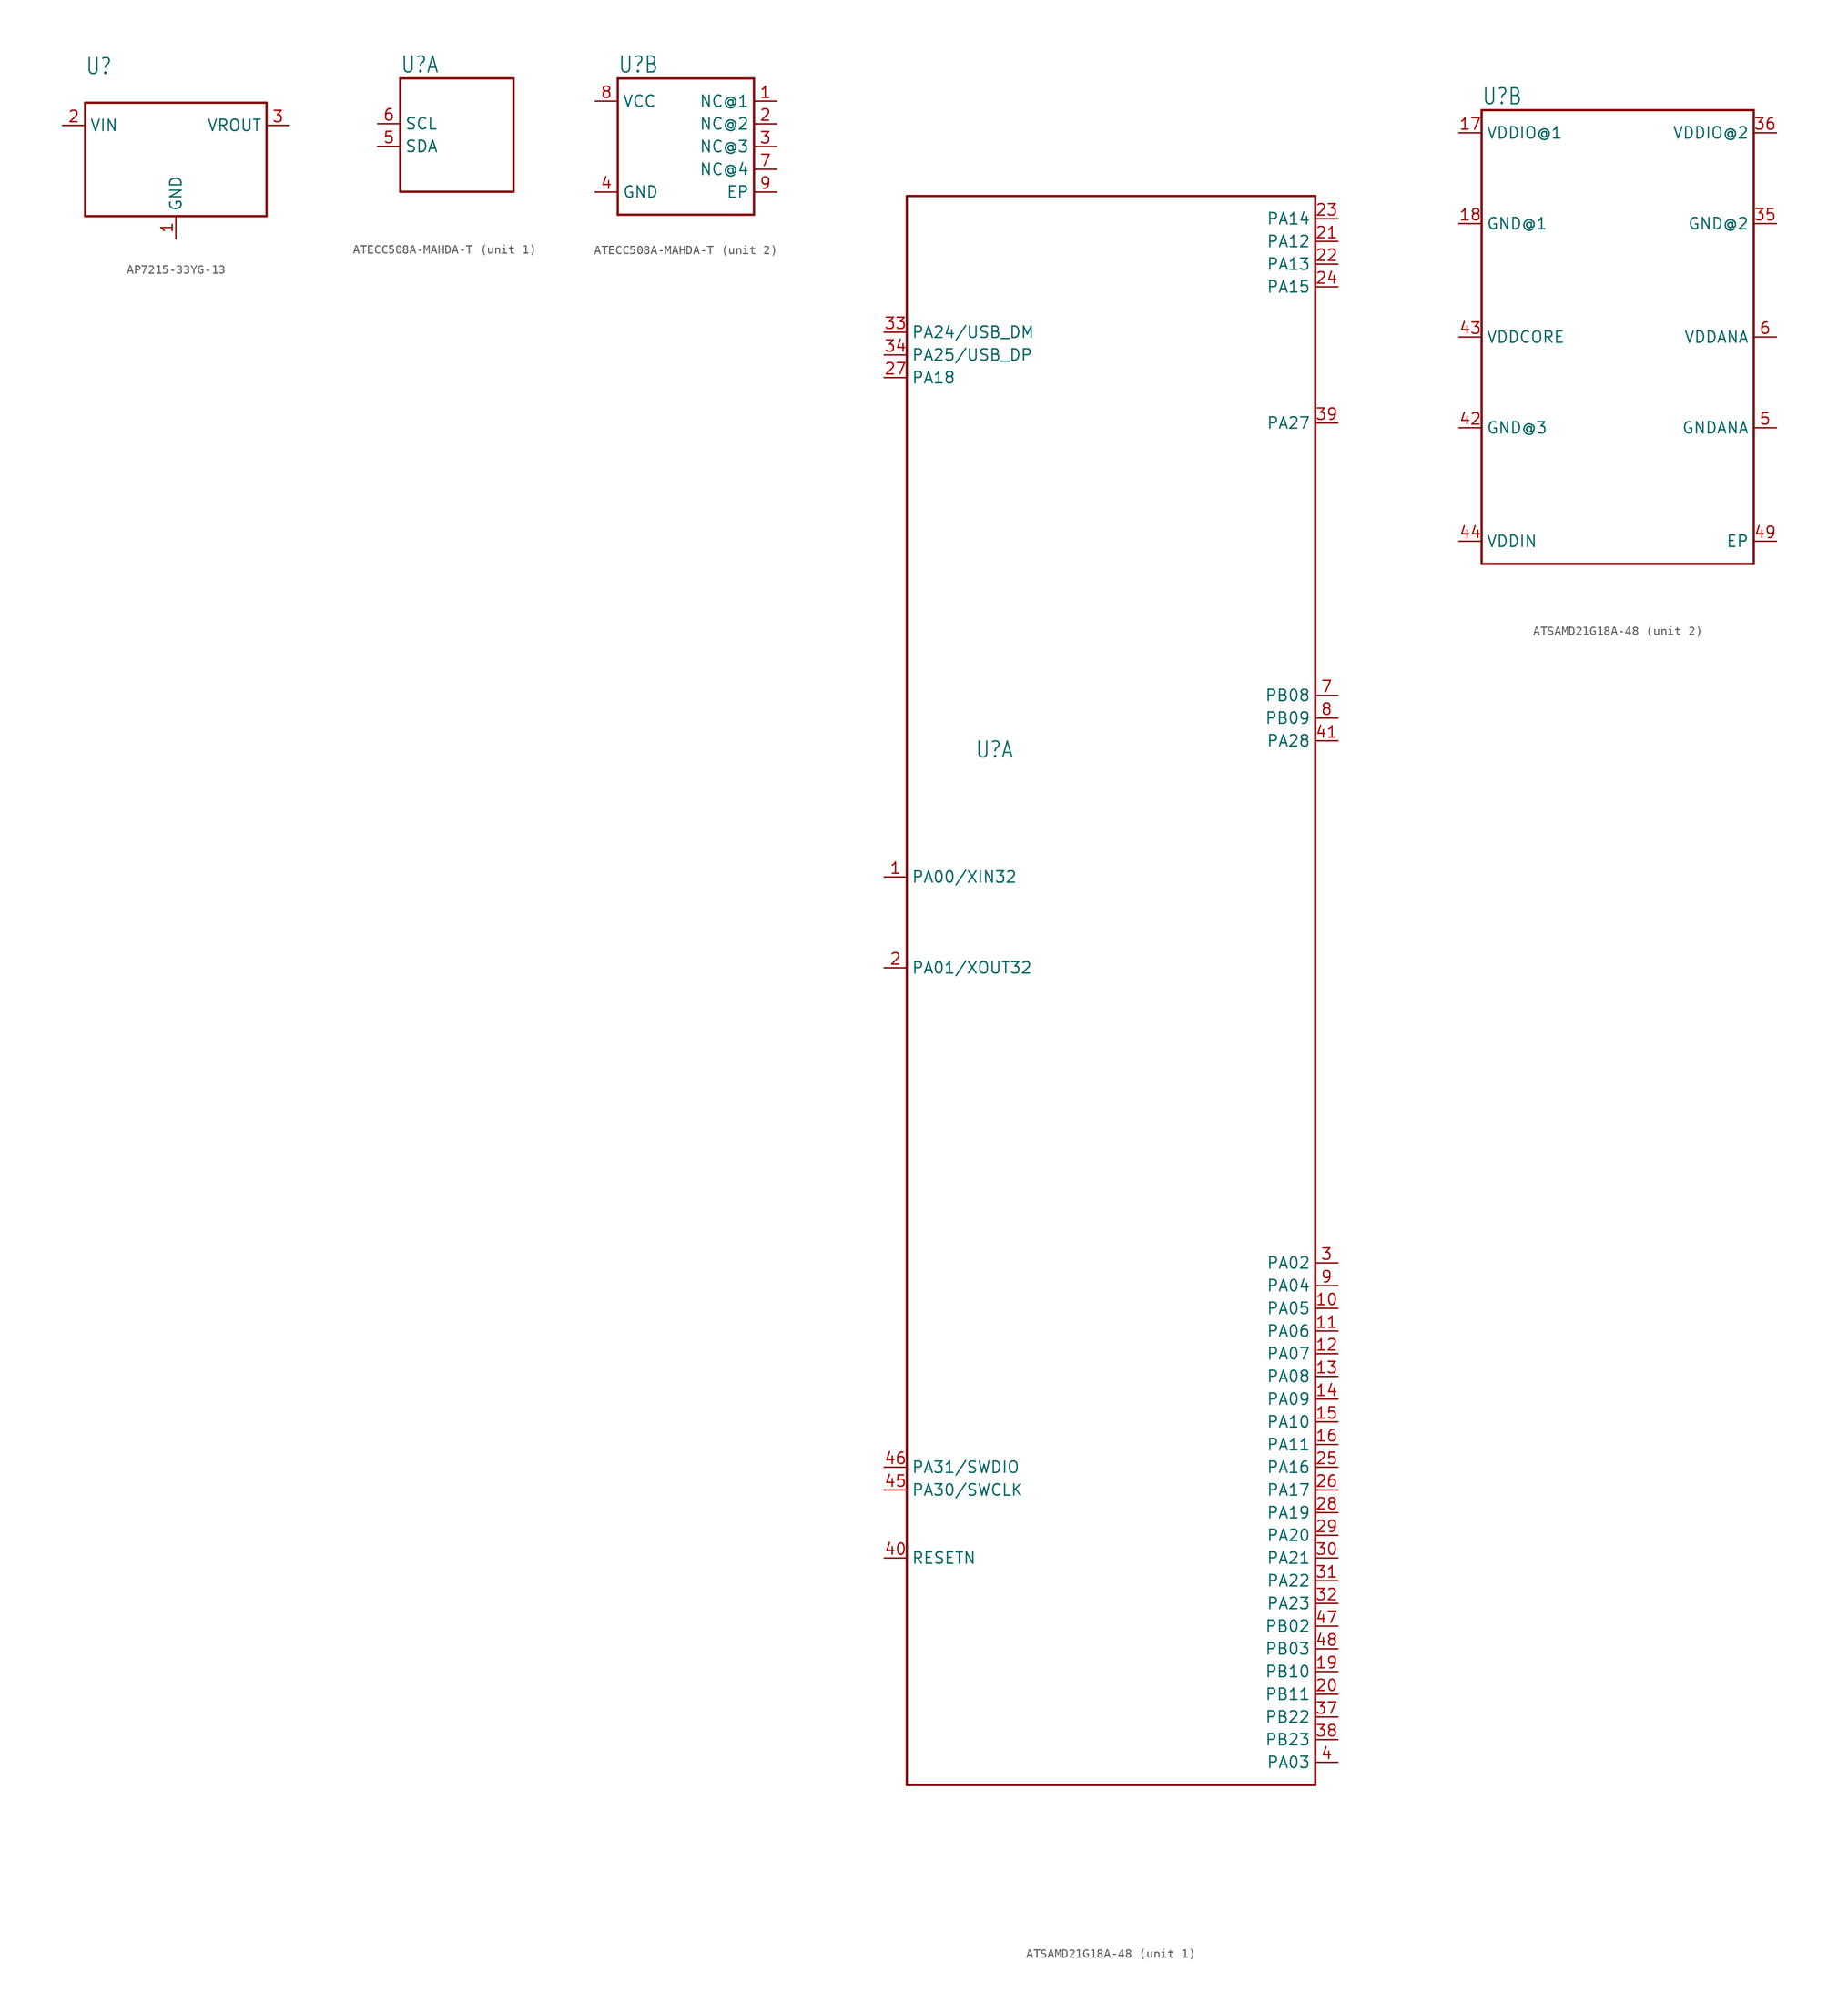
<source format=kicad_sym>
(kicad_symbol_lib
  (version 20231120)
  (generator "kicad_symbol_editor")
  (generator_version "8.0")
  (symbol "AP7215-33YG-13"
    (property "Reference" "U"
      (at -10.16 8.128 0)
      (effects (font (size 1.778 1.511)) (justify left bottom)))
    (property "Value" ""
      (at -10.16 5.588 0)
      (effects (font (size 1.778 1.511)) (justify left bottom)))
    (property "ki_locked" ""
      (at 0 0 0)
      (effects (font (size 1.27 1.27))))
    (symbol "AP7215-33YG-13_1_0"
      (polyline (pts (xy -10.16 -7.62) (xy -10.16 5.08)) (stroke (width 0.254) (type solid)) (fill (type none)))
      (polyline (pts (xy -10.16 5.08) (xy 10.16 5.08)) (stroke (width 0.254) (type solid)) (fill (type none)))
      (polyline (pts (xy 10.16 -7.62) (xy -10.16 -7.62)) (stroke (width 0.254) (type solid)) (fill (type none)))
      (polyline (pts (xy 10.16 5.08) (xy 10.16 -7.62)) (stroke (width 0.254) (type solid)) (fill (type none)))
      (pin power_in line (at 0 -10.16 90) (length 2.54) (name "GND" (effects (font (size 1.27 1.27)))) (number "1" (effects (font (size 1.27 1.27)))))
      (pin power_in line (at -12.7 2.54 0) (length 2.54) (name "VIN" (effects (font (size 1.27 1.27)))) (number "2" (effects (font (size 1.27 1.27)))))
      (pin power_in line (at 12.7 2.54 180) (length 2.54) (name "VROUT" (effects (font (size 1.27 1.27)))) (number "3" (effects (font (size 1.27 1.27)))))))
  (symbol "ATECC508A-MAHDA-T"
    (property "Reference" "U"
      (at -7.62 8.128 0)
      (effects (font (size 1.778 1.511)) (justify left bottom)))
    (property "Value" ""
      (at -7.62 -8.128 0)
      (effects (font (size 1.778 1.511)) (justify left top)))
    (property "ki_locked" ""
      (at 0 0 0)
      (effects (font (size 1.27 1.27))))
    (symbol "ATECC508A-MAHDA-T_1_0"
      (polyline (pts (xy -7.62 -5.08) (xy -7.62 7.62)) (stroke (width 0.254) (type solid)) (fill (type none)))
      (polyline (pts (xy -7.62 7.62) (xy 5.08 7.62)) (stroke (width 0.254) (type solid)) (fill (type none)))
      (polyline (pts (xy 5.08 -5.08) (xy -7.62 -5.08)) (stroke (width 0.254) (type solid)) (fill (type none)))
      (polyline (pts (xy 5.08 7.62) (xy 5.08 -5.08)) (stroke (width 0.254) (type solid)) (fill (type none)))
      (pin bidirectional line (at -10.16 0 0) (length 2.54) (name "SDA" (effects (font (size 1.27 1.27)))) (number "5" (effects (font (size 1.27 1.27)))))
      (pin input line (at -10.16 2.54 0) (length 2.54) (name "SCL" (effects (font (size 1.27 1.27)))) (number "6" (effects (font (size 1.27 1.27))))))
    (symbol "ATECC508A-MAHDA-T_2_0"
      (polyline (pts (xy -7.62 -7.62) (xy -7.62 7.62)) (stroke (width 0.254) (type solid)) (fill (type none)))
      (polyline (pts (xy -7.62 7.62) (xy 7.62 7.62)) (stroke (width 0.254) (type solid)) (fill (type none)))
      (polyline (pts (xy 7.62 -7.62) (xy -7.62 -7.62)) (stroke (width 0.254) (type solid)) (fill (type none)))
      (polyline (pts (xy 7.62 7.62) (xy 7.62 -7.62)) (stroke (width 0.254) (type solid)) (fill (type none)))
      (pin bidirectional line (at 10.16 5.08 180) (length 2.54) (name "NC@1" (effects (font (size 1.27 1.27)))) (number "1" (effects (font (size 1.27 1.27)))))
      (pin bidirectional line (at 10.16 2.54 180) (length 2.54) (name "NC@2" (effects (font (size 1.27 1.27)))) (number "2" (effects (font (size 1.27 1.27)))))
      (pin bidirectional line (at 10.16 0 180) (length 2.54) (name "NC@3" (effects (font (size 1.27 1.27)))) (number "3" (effects (font (size 1.27 1.27)))))
      (pin power_in line (at -10.16 -5.08 0) (length 2.54) (name "GND" (effects (font (size 1.27 1.27)))) (number "4" (effects (font (size 1.27 1.27)))))
      (pin bidirectional line (at 10.16 -2.54 180) (length 2.54) (name "NC@4" (effects (font (size 1.27 1.27)))) (number "7" (effects (font (size 1.27 1.27)))))
      (pin power_in line (at -10.16 5.08 0) (length 2.54) (name "VCC" (effects (font (size 1.27 1.27)))) (number "8" (effects (font (size 1.27 1.27)))))
      (pin passive line (at 10.16 -5.08 180) (length 2.54) (name "EP" (effects (font (size 1.27 1.27)))) (number "9" (effects (font (size 1.27 1.27)))))))
  (symbol "ATSAMD21G18A-48"
    (property "Reference" "U"
      (at -15.24 25.908 0)
      (effects (font (size 1.778 1.511)) (justify left bottom)))
    (property "Value" ""
      (at -15.24 -25.908 0)
      (effects (font (size 1.778 1.511)) (justify left top)))
    (property "ki_locked" ""
      (at 0 0 0)
      (effects (font (size 1.27 1.27))))
    (symbol "ATSAMD21G18A-48_1_0"
      (polyline (pts (xy -22.86 -88.9) (xy -22.86 88.9)) (stroke (width 0.254) (type solid)) (fill (type none)))
      (polyline (pts (xy -22.86 88.9) (xy 22.86 88.9)) (stroke (width 0.254) (type solid)) (fill (type none)))
      (polyline (pts (xy 22.86 -88.9) (xy -22.86 -88.9)) (stroke (width 0.254) (type solid)) (fill (type none)))
      (polyline (pts (xy 22.86 50.8) (xy 22.86 -88.9)) (stroke (width 0.254) (type solid)) (fill (type none)))
      (polyline (pts (xy 22.86 88.9) (xy 22.86 50.8)) (stroke (width 0.254) (type solid)) (fill (type none)))
      (pin bidirectional line (at -25.4 12.7 0) (length 2.54) (name "PA00/XIN32" (effects (font (size 1.27 1.27)))) (number "1" (effects (font (size 1.27 1.27)))))
      (pin bidirectional line (at 25.4 -35.56 180) (length 2.54) (name "PA05" (effects (font (size 1.27 1.27)))) (number "10" (effects (font (size 1.27 1.27)))))
      (pin bidirectional line (at 25.4 -38.1 180) (length 2.54) (name "PA06" (effects (font (size 1.27 1.27)))) (number "11" (effects (font (size 1.27 1.27)))))
      (pin bidirectional line (at 25.4 -40.64 180) (length 2.54) (name "PA07" (effects (font (size 1.27 1.27)))) (number "12" (effects (font (size 1.27 1.27)))))
      (pin bidirectional line (at 25.4 -43.18 180) (length 2.54) (name "PA08" (effects (font (size 1.27 1.27)))) (number "13" (effects (font (size 1.27 1.27)))))
      (pin bidirectional line (at 25.4 -45.72 180) (length 2.54) (name "PA09" (effects (font (size 1.27 1.27)))) (number "14" (effects (font (size 1.27 1.27)))))
      (pin bidirectional line (at 25.4 -48.26 180) (length 2.54) (name "PA10" (effects (font (size 1.27 1.27)))) (number "15" (effects (font (size 1.27 1.27)))))
      (pin bidirectional line (at 25.4 -50.8 180) (length 2.54) (name "PA11" (effects (font (size 1.27 1.27)))) (number "16" (effects (font (size 1.27 1.27)))))
      (pin bidirectional line (at 25.4 -76.2 180) (length 2.54) (name "PB10" (effects (font (size 1.27 1.27)))) (number "19" (effects (font (size 1.27 1.27)))))
      (pin bidirectional line (at -25.4 2.54 0) (length 2.54) (name "PA01/XOUT32" (effects (font (size 1.27 1.27)))) (number "2" (effects (font (size 1.27 1.27)))))
      (pin bidirectional line (at 25.4 -78.74 180) (length 2.54) (name "PB11" (effects (font (size 1.27 1.27)))) (number "20" (effects (font (size 1.27 1.27)))))
      (pin bidirectional line (at 25.4 83.82 180) (length 2.54) (name "PA12" (effects (font (size 1.27 1.27)))) (number "21" (effects (font (size 1.27 1.27)))))
      (pin bidirectional line (at 25.4 81.28 180) (length 2.54) (name "PA13" (effects (font (size 1.27 1.27)))) (number "22" (effects (font (size 1.27 1.27)))))
      (pin bidirectional line (at 25.4 86.36 180) (length 2.54) (name "PA14" (effects (font (size 1.27 1.27)))) (number "23" (effects (font (size 1.27 1.27)))))
      (pin bidirectional line (at 25.4 78.74 180) (length 2.54) (name "PA15" (effects (font (size 1.27 1.27)))) (number "24" (effects (font (size 1.27 1.27)))))
      (pin bidirectional line (at 25.4 -53.34 180) (length 2.54) (name "PA16" (effects (font (size 1.27 1.27)))) (number "25" (effects (font (size 1.27 1.27)))))
      (pin bidirectional line (at 25.4 -55.88 180) (length 2.54) (name "PA17" (effects (font (size 1.27 1.27)))) (number "26" (effects (font (size 1.27 1.27)))))
      (pin bidirectional line (at -25.4 68.58 0) (length 2.54) (name "PA18" (effects (font (size 1.27 1.27)))) (number "27" (effects (font (size 1.27 1.27)))))
      (pin bidirectional line (at 25.4 -58.42 180) (length 2.54) (name "PA19" (effects (font (size 1.27 1.27)))) (number "28" (effects (font (size 1.27 1.27)))))
      (pin bidirectional line (at 25.4 -60.96 180) (length 2.54) (name "PA20" (effects (font (size 1.27 1.27)))) (number "29" (effects (font (size 1.27 1.27)))))
      (pin bidirectional line (at 25.4 -30.48 180) (length 2.54) (name "PA02" (effects (font (size 1.27 1.27)))) (number "3" (effects (font (size 1.27 1.27)))))
      (pin bidirectional line (at 25.4 -63.5 180) (length 2.54) (name "PA21" (effects (font (size 1.27 1.27)))) (number "30" (effects (font (size 1.27 1.27)))))
      (pin bidirectional line (at 25.4 -66.04 180) (length 2.54) (name "PA22" (effects (font (size 1.27 1.27)))) (number "31" (effects (font (size 1.27 1.27)))))
      (pin bidirectional line (at 25.4 -68.58 180) (length 2.54) (name "PA23" (effects (font (size 1.27 1.27)))) (number "32" (effects (font (size 1.27 1.27)))))
      (pin bidirectional line (at -25.4 73.66 0) (length 2.54) (name "PA24/USB_DM" (effects (font (size 1.27 1.27)))) (number "33" (effects (font (size 1.27 1.27)))))
      (pin bidirectional line (at -25.4 71.12 0) (length 2.54) (name "PA25/USB_DP" (effects (font (size 1.27 1.27)))) (number "34" (effects (font (size 1.27 1.27)))))
      (pin bidirectional line (at 25.4 -81.28 180) (length 2.54) (name "PB22" (effects (font (size 1.27 1.27)))) (number "37" (effects (font (size 1.27 1.27)))))
      (pin bidirectional line (at 25.4 -83.82 180) (length 2.54) (name "PB23" (effects (font (size 1.27 1.27)))) (number "38" (effects (font (size 1.27 1.27)))))
      (pin bidirectional line (at 25.4 63.5 180) (length 2.54) (name "PA27" (effects (font (size 1.27 1.27)))) (number "39" (effects (font (size 1.27 1.27)))))
      (pin bidirectional line (at 25.4 -86.36 180) (length 2.54) (name "PA03" (effects (font (size 1.27 1.27)))) (number "4" (effects (font (size 1.27 1.27)))))
      (pin bidirectional line (at -25.4 -63.5 0) (length 2.54) (name "RESETN" (effects (font (size 1.27 1.27)))) (number "40" (effects (font (size 1.27 1.27)))))
      (pin bidirectional line (at 25.4 27.94 180) (length 2.54) (name "PA28" (effects (font (size 1.27 1.27)))) (number "41" (effects (font (size 1.27 1.27)))))
      (pin bidirectional line (at -25.4 -55.88 0) (length 2.54) (name "PA30/SWCLK" (effects (font (size 1.27 1.27)))) (number "45" (effects (font (size 1.27 1.27)))))
      (pin bidirectional line (at -25.4 -53.34 0) (length 2.54) (name "PA31/SWDIO" (effects (font (size 1.27 1.27)))) (number "46" (effects (font (size 1.27 1.27)))))
      (pin bidirectional line (at 25.4 -71.12 180) (length 2.54) (name "PB02" (effects (font (size 1.27 1.27)))) (number "47" (effects (font (size 1.27 1.27)))))
      (pin bidirectional line (at 25.4 -73.66 180) (length 2.54) (name "PB03" (effects (font (size 1.27 1.27)))) (number "48" (effects (font (size 1.27 1.27)))))
      (pin bidirectional line (at 25.4 33.02 180) (length 2.54) (name "PB08" (effects (font (size 1.27 1.27)))) (number "7" (effects (font (size 1.27 1.27)))))
      (pin bidirectional line (at 25.4 30.48 180) (length 2.54) (name "PB09" (effects (font (size 1.27 1.27)))) (number "8" (effects (font (size 1.27 1.27)))))
      (pin bidirectional line (at 25.4 -33.02 180) (length 2.54) (name "PA04" (effects (font (size 1.27 1.27)))) (number "9" (effects (font (size 1.27 1.27))))))
    (symbol "ATSAMD21G18A-48_2_0"
      (polyline (pts (xy -15.24 -25.4) (xy -15.24 25.4)) (stroke (width 0.254) (type solid)) (fill (type none)))
      (polyline (pts (xy -15.24 25.4) (xy 15.24 25.4)) (stroke (width 0.254) (type solid)) (fill (type none)))
      (polyline (pts (xy 15.24 -25.4) (xy -15.24 -25.4)) (stroke (width 0.254) (type solid)) (fill (type none)))
      (polyline (pts (xy 15.24 25.4) (xy 15.24 -25.4)) (stroke (width 0.254) (type solid)) (fill (type none)))
      (pin power_in line (at -17.78 22.86 0) (length 2.54) (name "VDDIO@1" (effects (font (size 1.27 1.27)))) (number "17" (effects (font (size 1.27 1.27)))))
      (pin power_in line (at -17.78 12.7 0) (length 2.54) (name "GND@1" (effects (font (size 1.27 1.27)))) (number "18" (effects (font (size 1.27 1.27)))))
      (pin power_in line (at 17.78 12.7 180) (length 2.54) (name "GND@2" (effects (font (size 1.27 1.27)))) (number "35" (effects (font (size 1.27 1.27)))))
      (pin power_in line (at 17.78 22.86 180) (length 2.54) (name "VDDIO@2" (effects (font (size 1.27 1.27)))) (number "36" (effects (font (size 1.27 1.27)))))
      (pin power_in line (at -17.78 -10.16 0) (length 2.54) (name "GND@3" (effects (font (size 1.27 1.27)))) (number "42" (effects (font (size 1.27 1.27)))))
      (pin power_in line (at -17.78 0 0) (length 2.54) (name "VDDCORE" (effects (font (size 1.27 1.27)))) (number "43" (effects (font (size 1.27 1.27)))))
      (pin power_in line (at -17.78 -22.86 0) (length 2.54) (name "VDDIN" (effects (font (size 1.27 1.27)))) (number "44" (effects (font (size 1.27 1.27)))))
      (pin passive line (at 17.78 -22.86 180) (length 2.54) (name "EP" (effects (font (size 1.27 1.27)))) (number "49" (effects (font (size 1.27 1.27)))))
      (pin power_in line (at 17.78 -10.16 180) (length 2.54) (name "GNDANA" (effects (font (size 1.27 1.27)))) (number "5" (effects (font (size 1.27 1.27)))))
      (pin power_in line (at 17.78 0 180) (length 2.54) (name "VDDANA" (effects (font (size 1.27 1.27)))) (number "6" (effects (font (size 1.27 1.27))))))))
</source>
